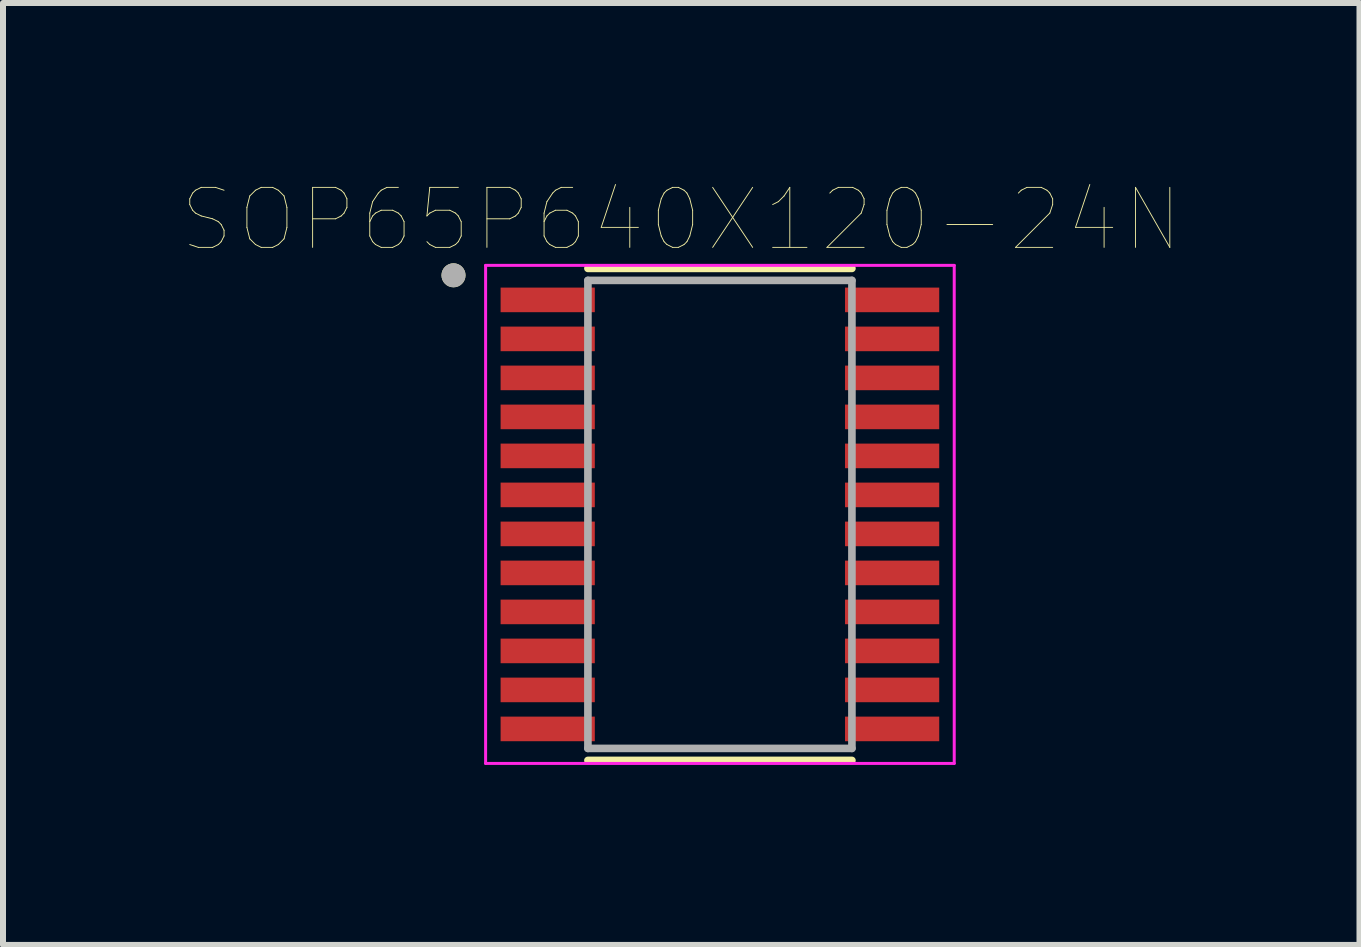
<source format=kicad_pcb>
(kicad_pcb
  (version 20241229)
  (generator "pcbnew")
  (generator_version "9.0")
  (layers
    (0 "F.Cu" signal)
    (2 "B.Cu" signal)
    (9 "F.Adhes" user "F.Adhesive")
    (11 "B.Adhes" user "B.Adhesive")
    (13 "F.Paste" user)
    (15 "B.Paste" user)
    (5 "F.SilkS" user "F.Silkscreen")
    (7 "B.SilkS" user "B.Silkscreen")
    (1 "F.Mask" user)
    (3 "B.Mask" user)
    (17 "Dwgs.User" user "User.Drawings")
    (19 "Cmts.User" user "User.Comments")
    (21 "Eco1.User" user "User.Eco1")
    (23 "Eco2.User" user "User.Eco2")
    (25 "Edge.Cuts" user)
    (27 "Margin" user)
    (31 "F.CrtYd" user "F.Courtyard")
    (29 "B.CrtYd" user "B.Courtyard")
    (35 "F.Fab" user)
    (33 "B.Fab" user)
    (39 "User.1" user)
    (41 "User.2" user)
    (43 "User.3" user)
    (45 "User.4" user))
  (footprint "SOP65P640X120-24N"
    (layer "F.Cu")
    (at 8.948 5.523)
    (property "Reference" "SOP65P640X120-24N" (at -0.645 -4.912 0) (layer "F.SilkS") (effects (font (size 1 1) (thickness 0.015))))
    (attr through_hole)
    (fp_line (start -2.2 -4.1) (end 2.2 -4.1) (stroke (width 0.127) (type solid)) (layer "F.SilkS"))
    (fp_line (start -2.2 4.1) (end 2.2 4.1) (stroke (width 0.127) (type solid)) (layer "F.SilkS"))
    (fp_circle (center -4.44 -3.985) (end -4.34 -3.985) (stroke (width 0.2) (type solid)) (fill no) (layer "F.SilkS"))
    (fp_line (start -3.905 -4.15) (end -3.905 4.15) (stroke (width 0.05) (type solid)) (layer "F.CrtYd"))
    (fp_line (start -3.905 -4.15) (end 3.905 -4.15) (stroke (width 0.05) (type solid)) (layer "F.CrtYd"))
    (fp_line (start -3.905 4.15) (end 3.905 4.15) (stroke (width 0.05) (type solid)) (layer "F.CrtYd"))
    (fp_line (start 3.905 -4.15) (end 3.905 4.15) (stroke (width 0.05) (type solid)) (layer "F.CrtYd"))
    (fp_line (start -2.2 -3.9) (end -2.2 3.9) (stroke (width 0.127) (type solid)) (layer "F.Fab"))
    (fp_line (start -2.2 -3.9) (end 2.2 -3.9) (stroke (width 0.127) (type solid)) (layer "F.Fab"))
    (fp_line (start -2.2 3.9) (end 2.2 3.9) (stroke (width 0.127) (type solid)) (layer "F.Fab"))
    (fp_line (start 2.2 -3.9) (end 2.2 3.9) (stroke (width 0.127) (type solid)) (layer "F.Fab"))
    (fp_circle (center -4.44 -3.985) (end -4.34 -3.985) (stroke (width 0.2) (type solid)) (fill no) (layer "F.Fab"))
    (pad "1" smd rect (at -2.87 -3.575) (size 1.57 0.41) (layers "F.Cu" "F.Mask" "F.Paste"))
    (pad "2" smd rect (at -2.87 -2.925) (size 1.57 0.41) (layers "F.Cu" "F.Mask" "F.Paste"))
    (pad "3" smd rect (at -2.87 -2.275) (size 1.57 0.41) (layers "F.Cu" "F.Mask" "F.Paste"))
    (pad "4" smd rect (at -2.87 -1.625) (size 1.57 0.41) (layers "F.Cu" "F.Mask" "F.Paste"))
    (pad "5" smd rect (at -2.87 -0.975) (size 1.57 0.41) (layers "F.Cu" "F.Mask" "F.Paste"))
    (pad "6" smd rect (at -2.87 -0.325) (size 1.57 0.41) (layers "F.Cu" "F.Mask" "F.Paste"))
    (pad "7" smd rect (at -2.87 0.325) (size 1.57 0.41) (layers "F.Cu" "F.Mask" "F.Paste"))
    (pad "8" smd rect (at -2.87 0.975) (size 1.57 0.41) (layers "F.Cu" "F.Mask" "F.Paste"))
    (pad "9" smd rect (at -2.87 1.625) (size 1.57 0.41) (layers "F.Cu" "F.Mask" "F.Paste"))
    (pad "10" smd rect (at -2.87 2.275) (size 1.57 0.41) (layers "F.Cu" "F.Mask" "F.Paste"))
    (pad "11" smd rect (at -2.87 2.925) (size 1.57 0.41) (layers "F.Cu" "F.Mask" "F.Paste"))
    (pad "12" smd rect (at -2.87 3.575) (size 1.57 0.41) (layers "F.Cu" "F.Mask" "F.Paste"))
    (pad "13" smd rect (at 2.87 3.575) (size 1.57 0.41) (layers "F.Cu" "F.Mask" "F.Paste"))
    (pad "14" smd rect (at 2.87 2.925) (size 1.57 0.41) (layers "F.Cu" "F.Mask" "F.Paste"))
    (pad "15" smd rect (at 2.87 2.275) (size 1.57 0.41) (layers "F.Cu" "F.Mask" "F.Paste"))
    (pad "16" smd rect (at 2.87 1.625) (size 1.57 0.41) (layers "F.Cu" "F.Mask" "F.Paste"))
    (pad "17" smd rect (at 2.87 0.975) (size 1.57 0.41) (layers "F.Cu" "F.Mask" "F.Paste"))
    (pad "18" smd rect (at 2.87 0.325) (size 1.57 0.41) (layers "F.Cu" "F.Mask" "F.Paste"))
    (pad "19" smd rect (at 2.87 -0.325) (size 1.57 0.41) (layers "F.Cu" "F.Mask" "F.Paste"))
    (pad "20" smd rect (at 2.87 -0.975) (size 1.57 0.41) (layers "F.Cu" "F.Mask" "F.Paste"))
    (pad "21" smd rect (at 2.87 -1.625) (size 1.57 0.41) (layers "F.Cu" "F.Mask" "F.Paste"))
    (pad "22" smd rect (at 2.87 -2.275) (size 1.57 0.41) (layers "F.Cu" "F.Mask" "F.Paste"))
    (pad "23" smd rect (at 2.87 -2.925) (size 1.57 0.41) (layers "F.Cu" "F.Mask" "F.Paste"))
    (pad "24" smd rect (at 2.87 -3.575) (size 1.57 0.41) (layers "F.Cu" "F.Mask" "F.Paste")))
  (gr_rect
    (start -3 -3)
    (end 19.607 12.698)
    (stroke (width 0.1) (type default))
    (fill no)
    (layer "Edge.Cuts")))
</source>
